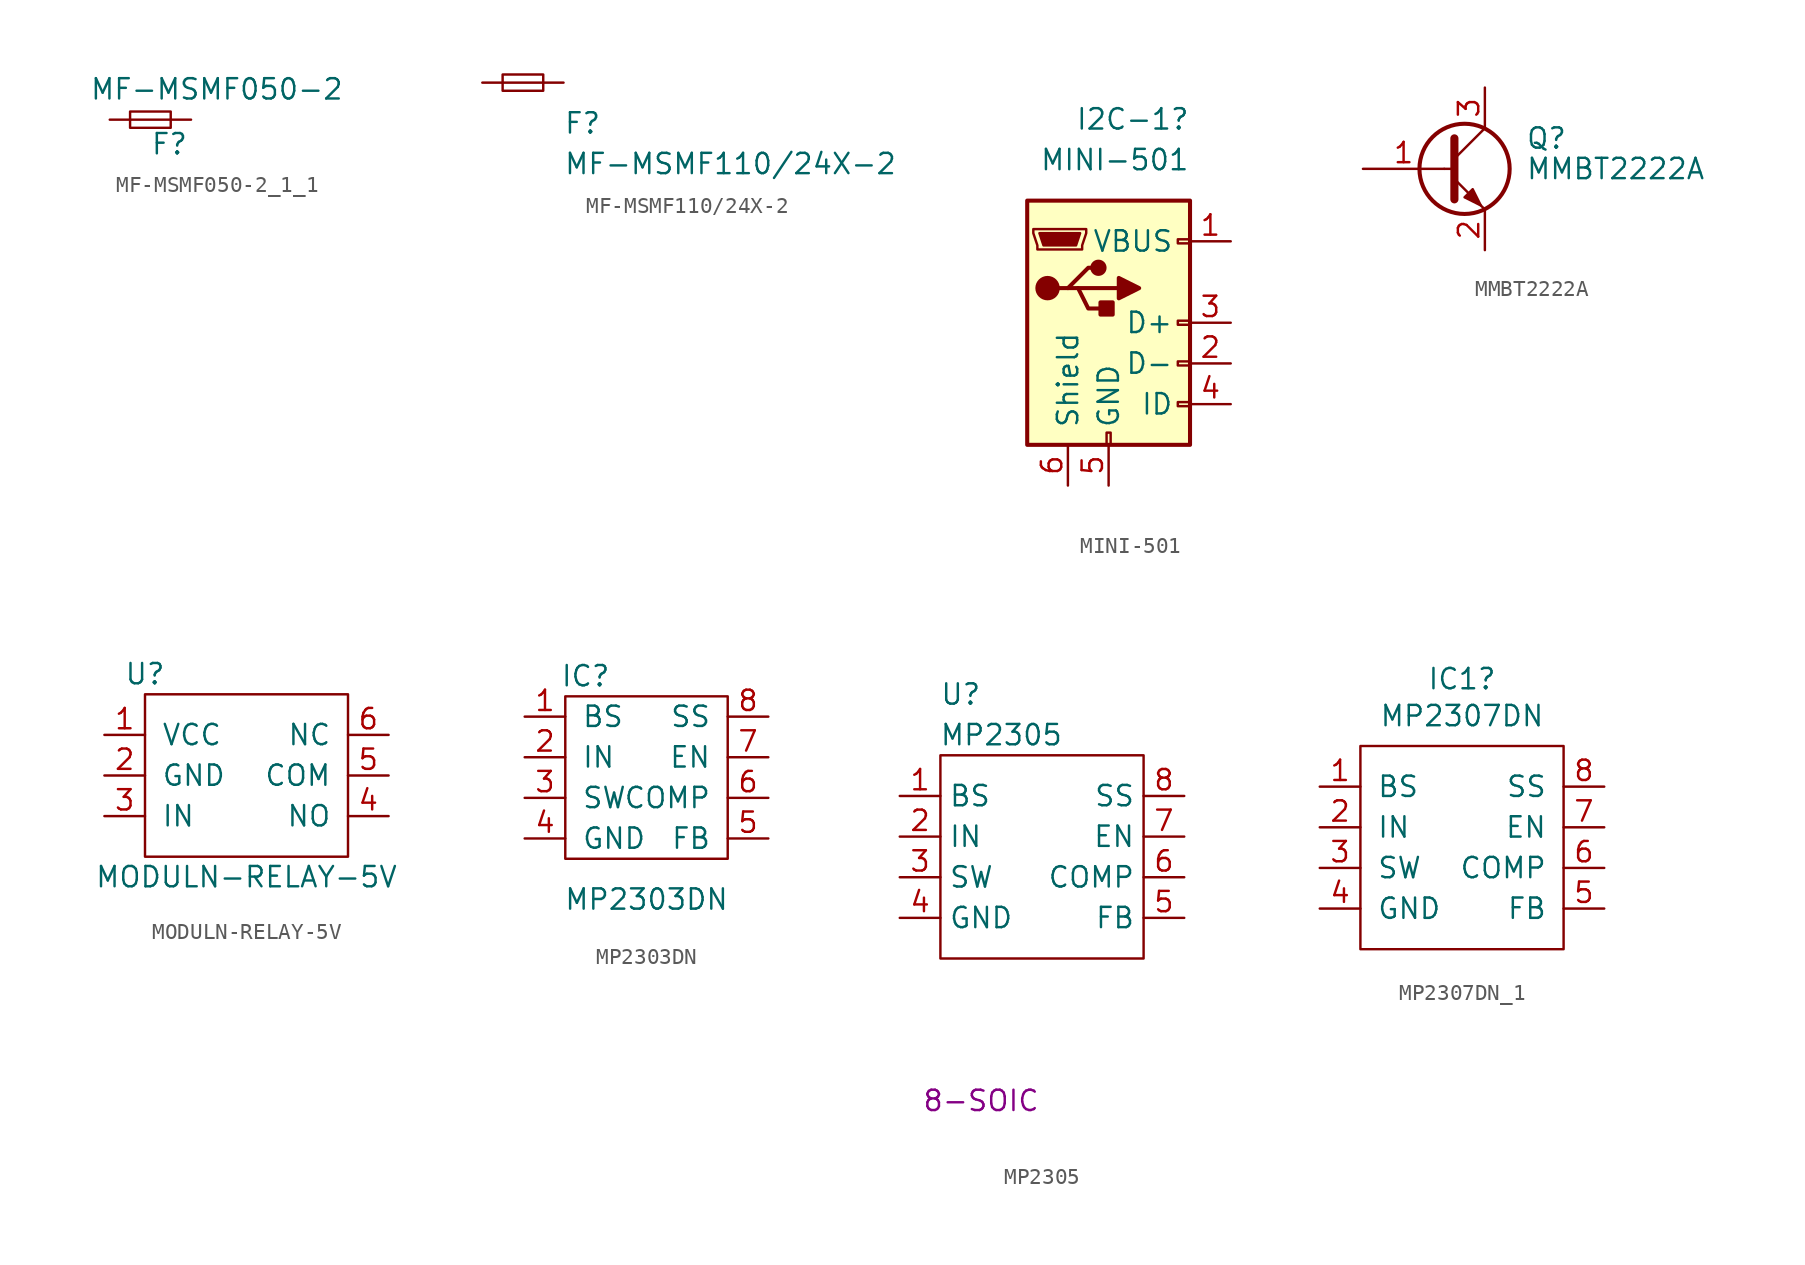
<source format=kicad_sym>
(kicad_symbol_lib
  (version 20231120)
  (generator "kicad_symbol_editor")
  (generator_version "8.0")
  (symbol "MF-MSMF050-2_1_1"
    (pin_numbers hide)
    (pin_names
      (offset 0.254) hide)
    (property "Reference" "F"
      (at 0 -1.524 0)
      (effects (font (size 1.27 1.27)) (justify left)))
    (property "Value" "MF-MSMF050-2"
      (at -3.81 1.905 0)
      (effects (font (size 1.27 1.27)) (justify left)))
    (symbol "MF-MSMF050-2_1_1_0_1"
      (rectangle (start -1.27 0.508) (end 1.27 -0.508) (stroke (width 0) (type default)) (fill (type none)))
      (polyline (pts (xy -1.27 0) (xy 1.27 0)) (stroke (width 0) (type default)) (fill (type none))))
    (symbol "MF-MSMF050-2_1_1_1_1"
      (pin passive line (at -2.54 0 0) (length 1.27) (name "~" (effects (font (size 1.27 1.27)))) (number "1" (effects (font (size 1.27 1.27)))))
      (pin passive line (at 2.54 0 180) (length 1.27) (name "~" (effects (font (size 1.27 1.27)))) (number "2" (effects (font (size 1.27 1.27)))))))
  (symbol "MF-MSMF110/24X-2"
    (pin_numbers hide)
    (pin_names
      (offset 0.254) hide)
    (property "Reference" "F"
      (at 2.54 -2.54 0)
      (effects (font (size 1.27 1.27)) (justify left)))
    (property "Value" "MF-MSMF110{slash}24X-2"
      (at 2.54 -5.08 0)
      (effects (font (size 1.27 1.27)) (justify left)))
    (symbol "MF-MSMF110/24X-2_0_1"
      (rectangle (start -1.27 0.508) (end 1.27 -0.508) (stroke (width 0) (type default)) (fill (type none)))
      (polyline (pts (xy -1.27 0) (xy 1.27 0)) (stroke (width 0) (type default)) (fill (type none))))
    (symbol "MF-MSMF110/24X-2_1_1"
      (pin passive line (at -2.54 0 0) (length 1.27) (name "~" (effects (font (size 1.27 1.27)))) (number "1" (effects (font (size 1.27 1.27)))))
      (pin passive line (at 2.54 0 180) (length 1.27) (name "~" (effects (font (size 1.27 1.27)))) (number "2" (effects (font (size 1.27 1.27)))))))
  (symbol "MINI-501"
    (pin_names
      (offset 1.016))
    (property "Reference" "I2C-1"
      (at 5.08 12.7 0)
      (effects (font (size 1.27 1.27)) (justify right)))
    (property "Value" "MINI-501"
      (at 5.08 10.16 0)
      (effects (font (size 1.27 1.27)) (justify right)))
    (symbol "MINI-501_0_1"
      (rectangle (start -5.08 -7.62) (end 5.08 7.62) (stroke (width 0.254) (type default)) (fill (type background)))
      (circle (center -3.81 2.159) (radius 0.635) (stroke (width 0.254) (type default)) (fill (type outline)))
      (circle (center -0.635 3.429) (radius 0.381) (stroke (width 0.254) (type default)) (fill (type outline)))
      (rectangle (start -0.127 -7.62) (end 0.127 -6.858) (stroke (width 0) (type default)) (fill (type none)))
      (polyline (pts (xy -1.905 2.159) (xy 0.635 2.159)) (stroke (width 0.254) (type default)) (fill (type none)))
      (polyline (pts (xy -3.175 2.159) (xy -2.54 2.159) (xy -1.27 3.429) (xy -0.635 3.429)) (stroke (width 0.254) (type default)) (fill (type none)))
      (polyline (pts (xy -2.54 2.159) (xy -1.905 2.159) (xy -1.27 0.889) (xy 0 0.889)) (stroke (width 0.254) (type default)) (fill (type none)))
      (polyline (pts (xy 0.635 2.794) (xy 0.635 1.524) (xy 1.905 2.159) (xy 0.635 2.794)) (stroke (width 0.254) (type default)) (fill (type outline)))
      (polyline (pts (xy -4.318 5.588) (xy -1.778 5.588) (xy -2.032 4.826) (xy -4.064 4.826) (xy -4.318 5.588)) (stroke (width 0) (type default)) (fill (type outline)))
      (polyline (pts (xy -4.699 5.842) (xy -4.699 5.588) (xy -4.445 4.826) (xy -4.445 4.572) (xy -1.651 4.572) (xy -1.651 4.826) (xy -1.397 5.588) (xy -1.397 5.842) (xy -4.699 5.842)) (stroke (width 0) (type default)) (fill (type none)))
      (rectangle (start 0.254 1.27) (end -0.508 0.508) (stroke (width 0.254) (type default)) (fill (type outline)))
      (rectangle (start 5.08 -5.207) (end 4.318 -4.953) (stroke (width 0) (type default)) (fill (type none)))
      (rectangle (start 5.08 -2.667) (end 4.318 -2.413) (stroke (width 0) (type default)) (fill (type none)))
      (rectangle (start 5.08 -0.127) (end 4.318 0.127) (stroke (width 0) (type default)) (fill (type none)))
      (rectangle (start 5.08 4.953) (end 4.318 5.207) (stroke (width 0) (type default)) (fill (type none))))
    (symbol "MINI-501_1_1"
      (pin power_out line (at 7.62 5.08 180) (length 2.54) (name "VBUS" (effects (font (size 1.27 1.27)))) (number "1" (effects (font (size 1.27 1.27)))))
      (pin bidirectional line (at 7.62 -2.54 180) (length 2.54) (name "D-" (effects (font (size 1.27 1.27)))) (number "2" (effects (font (size 1.27 1.27)))))
      (pin bidirectional line (at 7.62 0 180) (length 2.54) (name "D+" (effects (font (size 1.27 1.27)))) (number "3" (effects (font (size 1.27 1.27)))))
      (pin passive line (at 7.62 -5.08 180) (length 2.54) (name "ID" (effects (font (size 1.27 1.27)))) (number "4" (effects (font (size 1.27 1.27)))))
      (pin power_out line (at 0 -10.16 90) (length 2.54) (name "GND" (effects (font (size 1.27 1.27)))) (number "5" (effects (font (size 1.27 1.27)))))
      (pin passive line (at -2.54 -10.16 90) (length 2.54) (name "Shield" (effects (font (size 1.27 1.27)))) (number "6" (effects (font (size 1.27 1.27)))))))
  (symbol "MMBT2222A"
    (pin_names
      (offset 0) hide)
    (property "Reference" "Q"
      (at 5.08 1.905 0)
      (effects (font (size 1.27 1.27)) (justify left)))
    (property "Value" "MMBT2222A"
      (at 5.08 0 0)
      (effects (font (size 1.27 1.27)) (justify left)))
    (symbol "MMBT2222A_0_1"
      (polyline (pts (xy 0 0) (xy 0.508 0)) (stroke (width 0) (type default)) (fill (type none)))
      (polyline (pts (xy 0.635 0.635) (xy 2.54 2.54)) (stroke (width 0) (type default)) (fill (type none)))
      (polyline (pts (xy 0.635 -0.635) (xy 2.54 -2.54) (xy 2.54 -2.54)) (stroke (width 0) (type default)) (fill (type none)))
      (polyline (pts (xy 0.635 1.905) (xy 0.635 -1.905) (xy 0.635 -1.905)) (stroke (width 0.508) (type default)) (fill (type none)))
      (polyline (pts (xy 1.27 -1.778) (xy 1.778 -1.27) (xy 2.286 -2.286) (xy 1.27 -1.778) (xy 1.27 -1.778)) (stroke (width 0) (type default)) (fill (type outline)))
      (circle (center 1.27 0) (radius 2.819) (stroke (width 0.254) (type default)) (fill (type none))))
    (symbol "MMBT2222A_1_1"
      (pin input line (at -5.08 0 0) (length 5.08) (name "B" (effects (font (size 1.27 1.27)))) (number "1" (effects (font (size 1.27 1.27)))))
      (pin passive line (at 2.54 -5.08 90) (length 2.54) (name "E" (effects (font (size 1.27 1.27)))) (number "2" (effects (font (size 1.27 1.27)))))
      (pin passive line (at 2.54 5.08 270) (length 2.54) (name "C" (effects (font (size 1.27 1.27)))) (number "3" (effects (font (size 1.27 1.27)))))))
  (symbol "MODULN-RELAY-5V"
    (pin_names
      (offset 1.016))
    (property "Reference" "U"
      (at -6.35 6.35 0)
      (effects (font (size 1.27 1.27))))
    (property "Value" "MODULN-RELAY-5V"
      (at 0 -6.35 0)
      (effects (font (size 1.27 1.27))))
    (symbol "MODULN-RELAY-5V_0_1"
      (rectangle (start -6.35 5.08) (end 6.35 -5.08) (stroke (width 0) (type solid)) (fill (type none))))
    (symbol "MODULN-RELAY-5V_1_1"
      (pin input line (at -8.89 2.54 0) (length 2.54) (name "VCC" (effects (font (size 1.27 1.27)))) (number "1" (effects (font (size 1.27 1.27)))))
      (pin input line (at -8.89 0 0) (length 2.54) (name "GND" (effects (font (size 1.27 1.27)))) (number "2" (effects (font (size 1.27 1.27)))))
      (pin input line (at -8.89 -2.54 0) (length 2.54) (name "IN" (effects (font (size 1.27 1.27)))) (number "3" (effects (font (size 1.27 1.27)))))
      (pin input line (at 8.89 -2.54 180) (length 2.54) (name "NO" (effects (font (size 1.27 1.27)))) (number "4" (effects (font (size 1.27 1.27)))))
      (pin input line (at 8.89 0 180) (length 2.54) (name "COM" (effects (font (size 1.27 1.27)))) (number "5" (effects (font (size 1.27 1.27)))))
      (pin input line (at 8.89 2.54 180) (length 2.54) (name "NC" (effects (font (size 1.27 1.27)))) (number "6" (effects (font (size 1.27 1.27)))))))
  (symbol "MP2303DN"
    (pin_names
      (offset 1.016))
    (property "Reference" "IC"
      (at -3.81 6.35 0)
      (effects (font (size 1.27 1.27))))
    (property "Value" "MP2303DN"
      (at 0 -7.62 0)
      (effects (font (size 1.27 1.27))))
    (symbol "MP2303DN_0_1"
      (rectangle (start -5.08 5.08) (end 5.08 -5.08) (stroke (width 0) (type solid)) (fill (type none))))
    (symbol "MP2303DN_1_1"
      (pin input line (at -7.62 3.81 0) (length 2.54) (name "BS" (effects (font (size 1.27 1.27)))) (number "1" (effects (font (size 1.27 1.27)))))
      (pin input line (at -7.62 1.27 0) (length 2.54) (name "IN" (effects (font (size 1.27 1.27)))) (number "2" (effects (font (size 1.27 1.27)))))
      (pin input line (at -7.62 -1.27 0) (length 2.54) (name "SW" (effects (font (size 1.27 1.27)))) (number "3" (effects (font (size 1.27 1.27)))))
      (pin passive line (at -7.62 -3.81 0) (length 2.54) (name "GND" (effects (font (size 1.27 1.27)))) (number "4" (effects (font (size 1.27 1.27)))))
      (pin input line (at 7.62 -3.81 180) (length 2.54) (name "FB" (effects (font (size 1.27 1.27)))) (number "5" (effects (font (size 1.27 1.27)))))
      (pin input line (at 7.62 -1.27 180) (length 2.54) (name "COMP" (effects (font (size 1.27 1.27)))) (number "6" (effects (font (size 1.27 1.27)))))
      (pin input line (at 7.62 1.27 180) (length 2.54) (name "EN" (effects (font (size 1.27 1.27)))) (number "7" (effects (font (size 1.27 1.27)))))
      (pin input line (at 7.62 3.81 180) (length 2.54) (name "SS" (effects (font (size 1.27 1.27)))) (number "8" (effects (font (size 1.27 1.27)))))))
  (symbol "MP2305"
    (property "Reference" "U"
      (at -5.08 6.35 0)
      (effects (font (size 1.27 1.27))))
    (property "Value" "MP2305"
      (at -2.54 3.81 0)
      (effects (font (size 1.27 1.27))))
    (property "Chip Set" "8-SOIC"
      (at -3.81 -19.05 0)
      (effects (font (size 1.27 1.27))))
    (symbol "MP2305_0_1"
      (rectangle (start -6.35 2.54) (end 6.35 -10.16) (stroke (width 0.152) (type default)) (fill (type none))))
    (symbol "MP2305_1_1"
      (pin bidirectional line (at -8.89 0 0) (length 2.54) (name "BS" (effects (font (size 1.27 1.27)))) (number "1" (effects (font (size 1.27 1.27)))))
      (pin bidirectional line (at -8.89 -2.54 0) (length 2.54) (name "IN" (effects (font (size 1.27 1.27)))) (number "2" (effects (font (size 1.27 1.27)))))
      (pin bidirectional line (at -8.89 -5.08 0) (length 2.54) (name "SW" (effects (font (size 1.27 1.27)))) (number "3" (effects (font (size 1.27 1.27)))))
      (pin power_in line (at -8.89 -7.62 0) (length 2.54) (name "GND" (effects (font (size 1.27 1.27)))) (number "4" (effects (font (size 1.27 1.27)))))
      (pin bidirectional line (at 8.89 -7.62 180) (length 2.54) (name "FB" (effects (font (size 1.27 1.27)))) (number "5" (effects (font (size 1.27 1.27)))))
      (pin bidirectional line (at 8.89 -5.08 180) (length 2.54) (name "COMP" (effects (font (size 1.27 1.27)))) (number "6" (effects (font (size 1.27 1.27)))))
      (pin bidirectional line (at 8.89 -2.54 180) (length 2.54) (name "EN" (effects (font (size 1.27 1.27)))) (number "7" (effects (font (size 1.27 1.27)))))
      (pin bidirectional line (at 8.89 0 180) (length 2.54) (name "SS" (effects (font (size 1.27 1.27)))) (number "8" (effects (font (size 1.27 1.27)))))))
  (symbol "MP2307DN_1"
    (pin_names
      (offset 1.016))
    (property "Reference" "IC1"
      (at 0 10.541 0)
      (effects (font (size 1.27 1.27))))
    (property "Value" "MP2307DN"
      (at 0 8.23 0)
      (effects (font (size 1.27 1.27))))
    (symbol "MP2307DN_1_0_1"
      (rectangle (start -6.35 6.35) (end 6.35 -6.35) (stroke (width 0) (type default)) (fill (type none))))
    (symbol "MP2307DN_1_1_1"
      (pin input line (at -8.89 3.81 0) (length 2.54) (name "BS" (effects (font (size 1.27 1.27)))) (number "1" (effects (font (size 1.27 1.27)))))
      (pin input line (at -8.89 1.27 0) (length 2.54) (name "IN" (effects (font (size 1.27 1.27)))) (number "2" (effects (font (size 1.27 1.27)))))
      (pin input line (at -8.89 -1.27 0) (length 2.54) (name "SW" (effects (font (size 1.27 1.27)))) (number "3" (effects (font (size 1.27 1.27)))))
      (pin passive line (at -8.89 -3.81 0) (length 2.54) (name "GND" (effects (font (size 1.27 1.27)))) (number "4" (effects (font (size 1.27 1.27)))))
      (pin input line (at 8.89 -3.81 180) (length 2.54) (name "FB" (effects (font (size 1.27 1.27)))) (number "5" (effects (font (size 1.27 1.27)))))
      (pin input line (at 8.89 -1.27 180) (length 2.54) (name "COMP" (effects (font (size 1.27 1.27)))) (number "6" (effects (font (size 1.27 1.27)))))
      (pin input line (at 8.89 1.27 180) (length 2.54) (name "EN" (effects (font (size 1.27 1.27)))) (number "7" (effects (font (size 1.27 1.27)))))
      (pin input line (at 8.89 3.81 180) (length 2.54) (name "SS" (effects (font (size 1.27 1.27)))) (number "8" (effects (font (size 1.27 1.27)))))
      (pin passive line (at -8.89 -3.81 0) (length 2.54) hide (name "GND" (effects (font (size 1.27 1.27)))) (number "9" (effects (font (size 1.27 1.27))))))))
</source>
